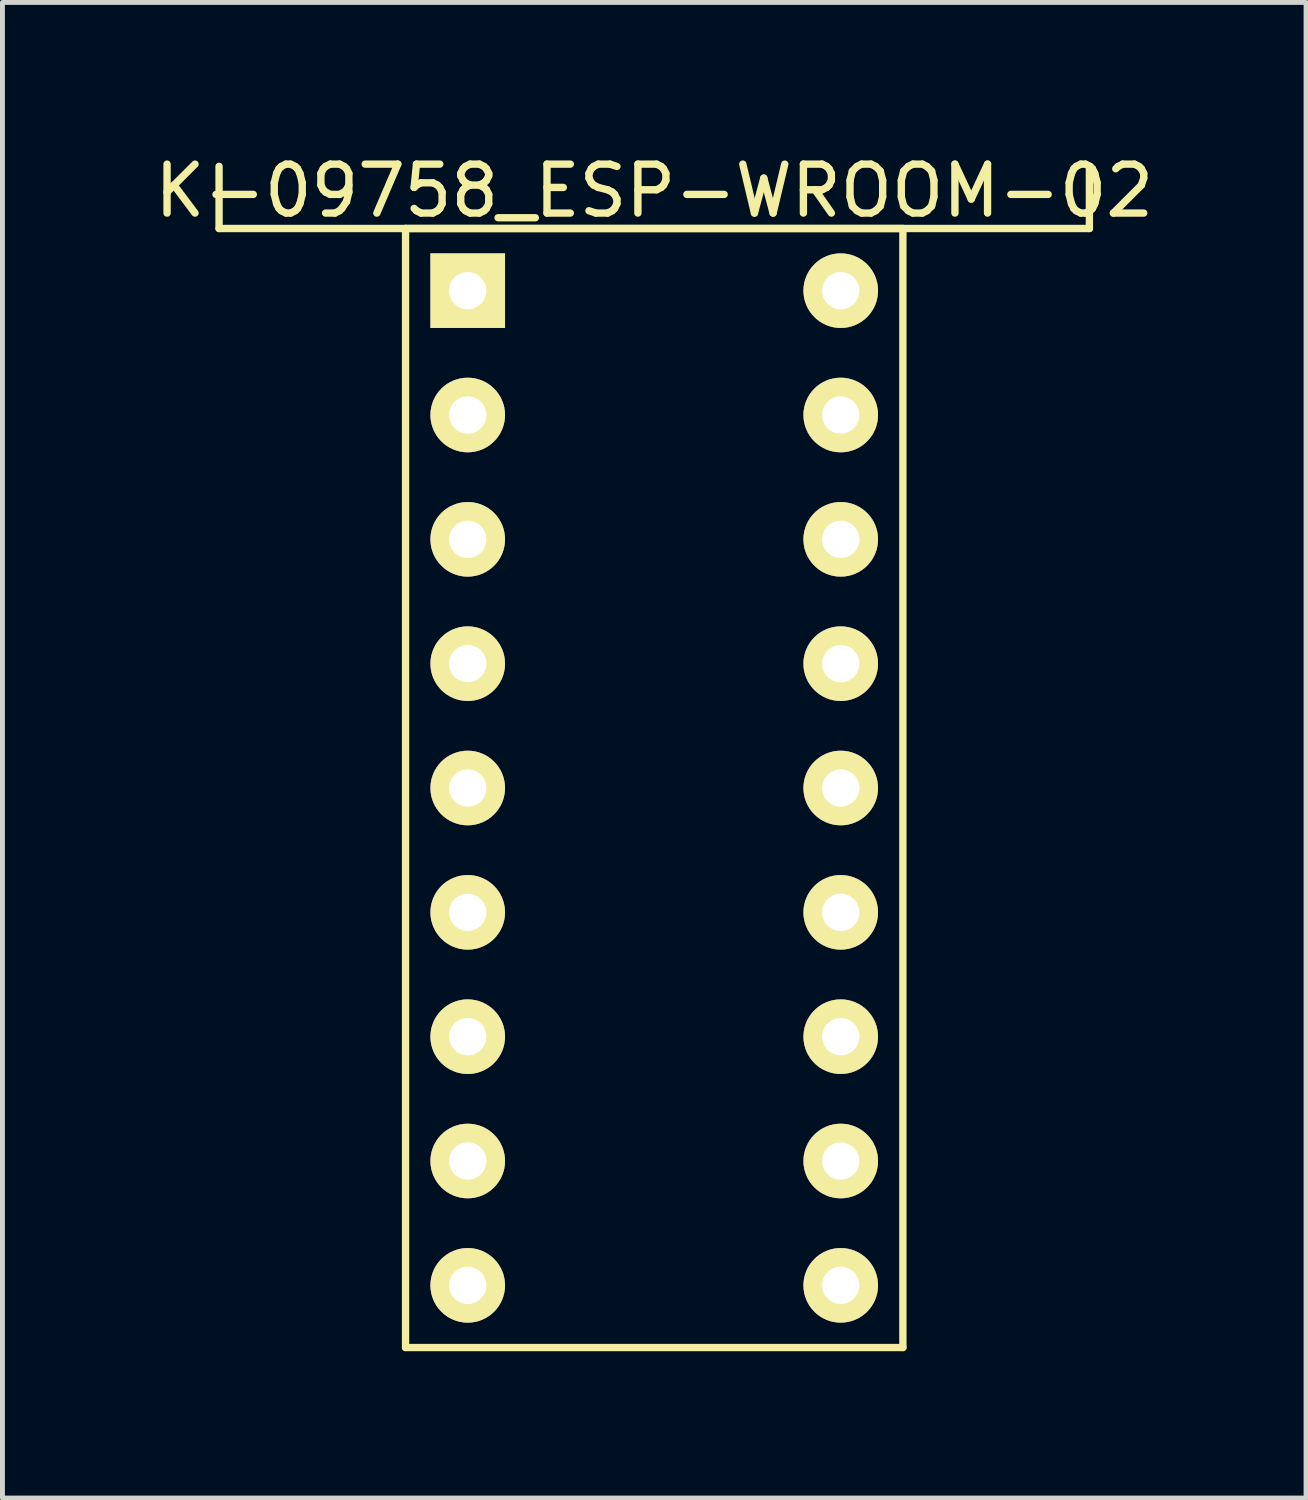
<source format=kicad_pcb>
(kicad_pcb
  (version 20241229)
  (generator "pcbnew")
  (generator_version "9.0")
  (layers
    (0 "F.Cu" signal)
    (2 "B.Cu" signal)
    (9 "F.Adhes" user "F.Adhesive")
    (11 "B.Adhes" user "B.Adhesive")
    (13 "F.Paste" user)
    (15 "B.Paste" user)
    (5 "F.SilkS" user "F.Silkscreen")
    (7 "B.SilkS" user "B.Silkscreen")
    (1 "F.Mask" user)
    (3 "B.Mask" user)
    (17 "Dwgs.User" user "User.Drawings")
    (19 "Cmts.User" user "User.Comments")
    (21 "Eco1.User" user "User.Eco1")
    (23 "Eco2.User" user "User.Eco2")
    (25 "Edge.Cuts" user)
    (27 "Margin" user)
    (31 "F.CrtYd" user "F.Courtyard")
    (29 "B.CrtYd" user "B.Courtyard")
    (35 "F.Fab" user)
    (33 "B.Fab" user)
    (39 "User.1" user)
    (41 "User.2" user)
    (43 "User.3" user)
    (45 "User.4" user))
  (footprint "K-09758_ESP-WROOM-02"
    (layer "F.Cu")
    (at 10.315 13.048)
    (property "Reference" "K-09758_ESP-WROOM-02" (at 0 -12.2 0) (layer "F.SilkS") (effects (font (size 1 1) (thickness 0.15))))
    (attr through_hole)
    (fp_line (start -8.89 -11.43) (end -8.89 -12.7) (stroke (width 0.15) (type solid)) (layer "F.SilkS"))
    (fp_line (start -8.89 -11.43) (end -5.08 -11.43) (stroke (width 0.15) (type solid)) (layer "F.SilkS"))
    (fp_line (start -5.08 -11.43) (end -5.08 11.43) (stroke (width 0.15) (type solid)) (layer "F.SilkS"))
    (fp_line (start -5.08 -11.43) (end 8.89 -11.43) (stroke (width 0.15) (type solid)) (layer "F.SilkS"))
    (fp_line (start -5.08 11.43) (end 5.08 11.43) (stroke (width 0.15) (type solid)) (layer "F.SilkS"))
    (fp_line (start 5.08 -11.43) (end -5.08 -11.43) (stroke (width 0.15) (type solid)) (layer "F.SilkS"))
    (fp_line (start 5.08 11.43) (end 5.08 -11.43) (stroke (width 0.15) (type solid)) (layer "F.SilkS"))
    (fp_line (start 8.89 -11.43) (end 8.89 -12.7) (stroke (width 0.15) (type solid)) (layer "F.SilkS"))
    (pad "1" thru_hole rect (at -3.81 -10.16) (size 1.524 1.524) (drill 0.762) (layers "*.Cu" "*.Mask" "F.SilkS"))
    (pad "2" thru_hole circle (at -3.81 -7.62) (size 1.524 1.524) (drill 0.762) (layers "*.Cu" "*.Mask" "F.SilkS"))
    (pad "3" thru_hole circle (at -3.81 -5.08) (size 1.524 1.524) (drill 0.762) (layers "*.Cu" "*.Mask" "F.SilkS"))
    (pad "4" thru_hole circle (at -3.81 -2.54) (size 1.524 1.524) (drill 0.762) (layers "*.Cu" "*.Mask" "F.SilkS"))
    (pad "5" thru_hole circle (at -3.81 0) (size 1.524 1.524) (drill 0.762) (layers "*.Cu" "*.Mask" "F.SilkS"))
    (pad "6" thru_hole circle (at -3.81 2.54) (size 1.524 1.524) (drill 0.762) (layers "*.Cu" "*.Mask" "F.SilkS"))
    (pad "7" thru_hole circle (at -3.81 5.08) (size 1.524 1.524) (drill 0.762) (layers "*.Cu" "*.Mask" "F.SilkS"))
    (pad "8" thru_hole circle (at -3.81 7.62) (size 1.524 1.524) (drill 0.762) (layers "*.Cu" "*.Mask" "F.SilkS"))
    (pad "9" thru_hole circle (at -3.81 10.16) (size 1.524 1.524) (drill 0.762) (layers "*.Cu" "*.Mask" "F.SilkS"))
    (pad "10" thru_hole circle (at 3.81 10.16) (size 1.524 1.524) (drill 0.762) (layers "*.Cu" "*.Mask" "F.SilkS"))
    (pad "11" thru_hole circle (at 3.81 7.62) (size 1.524 1.524) (drill 0.762) (layers "*.Cu" "*.Mask" "F.SilkS"))
    (pad "12" thru_hole circle (at 3.81 5.08) (size 1.524 1.524) (drill 0.762) (layers "*.Cu" "*.Mask" "F.SilkS"))
    (pad "13" thru_hole circle (at 3.81 2.54) (size 1.524 1.524) (drill 0.762) (layers "*.Cu" "*.Mask" "F.SilkS"))
    (pad "14" thru_hole circle (at 3.81 0) (size 1.524 1.524) (drill 0.762) (layers "*.Cu" "*.Mask" "F.SilkS"))
    (pad "15" thru_hole circle (at 3.81 -2.54) (size 1.524 1.524) (drill 0.762) (layers "*.Cu" "*.Mask" "F.SilkS"))
    (pad "16" thru_hole circle (at 3.81 -5.08) (size 1.524 1.524) (drill 0.762) (layers "*.Cu" "*.Mask" "F.SilkS"))
    (pad "17" thru_hole circle (at 3.81 -7.62) (size 1.524 1.524) (drill 0.762) (layers "*.Cu" "*.Mask" "F.SilkS"))
    (pad "18" thru_hole circle (at 3.81 -10.16) (size 1.524 1.524) (drill 0.762) (layers "*.Cu" "*.Mask" "F.SilkS")))
  (gr_rect
    (start -3 -3)
    (end 23.631 27.553)
    (stroke (width 0.1) (type default))
    (fill no)
    (layer "Edge.Cuts")))
</source>
